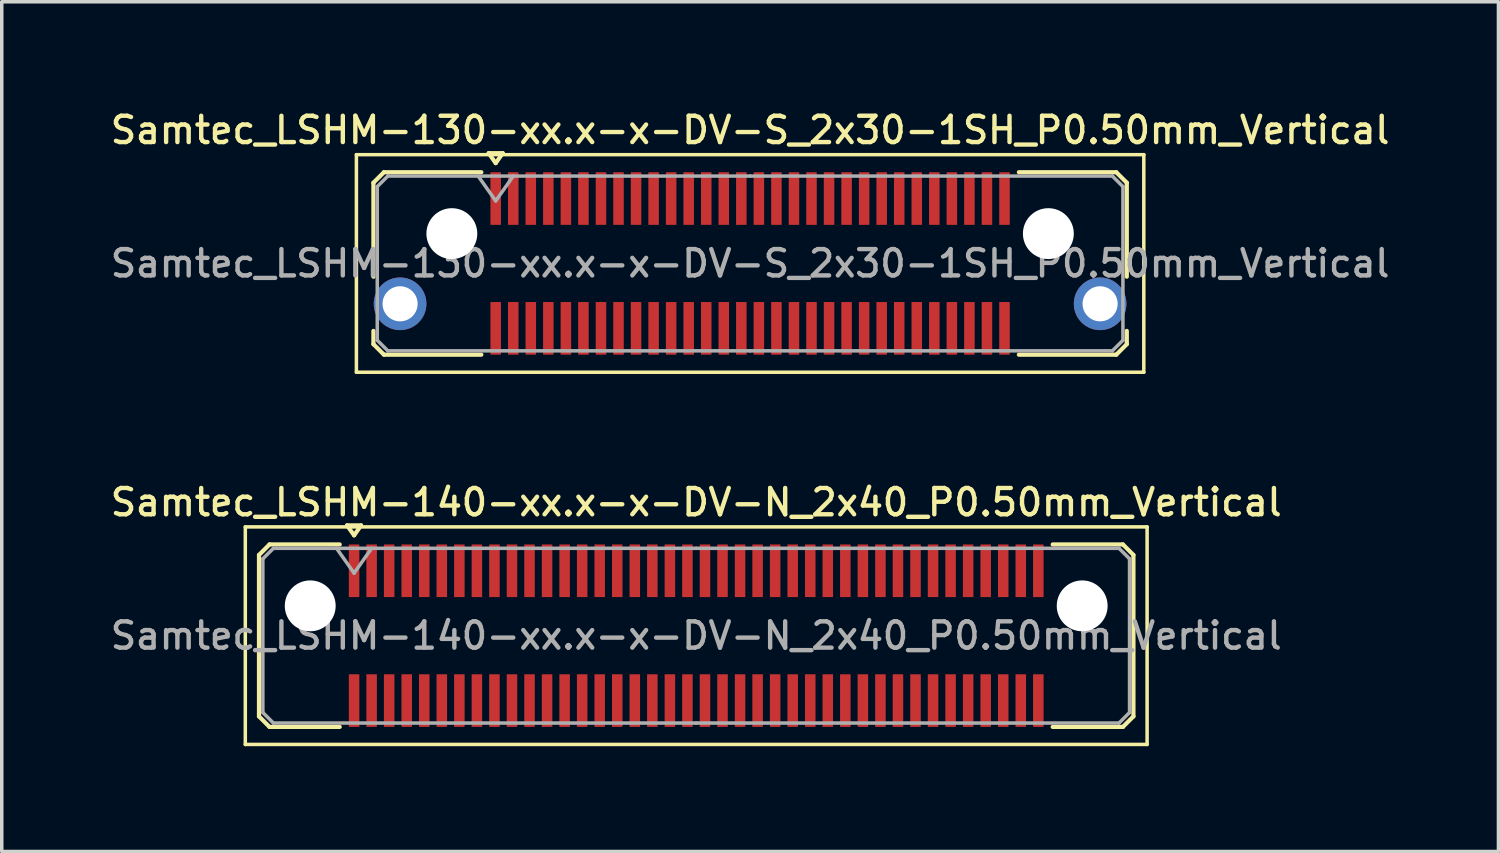
<source format=kicad_pcb>
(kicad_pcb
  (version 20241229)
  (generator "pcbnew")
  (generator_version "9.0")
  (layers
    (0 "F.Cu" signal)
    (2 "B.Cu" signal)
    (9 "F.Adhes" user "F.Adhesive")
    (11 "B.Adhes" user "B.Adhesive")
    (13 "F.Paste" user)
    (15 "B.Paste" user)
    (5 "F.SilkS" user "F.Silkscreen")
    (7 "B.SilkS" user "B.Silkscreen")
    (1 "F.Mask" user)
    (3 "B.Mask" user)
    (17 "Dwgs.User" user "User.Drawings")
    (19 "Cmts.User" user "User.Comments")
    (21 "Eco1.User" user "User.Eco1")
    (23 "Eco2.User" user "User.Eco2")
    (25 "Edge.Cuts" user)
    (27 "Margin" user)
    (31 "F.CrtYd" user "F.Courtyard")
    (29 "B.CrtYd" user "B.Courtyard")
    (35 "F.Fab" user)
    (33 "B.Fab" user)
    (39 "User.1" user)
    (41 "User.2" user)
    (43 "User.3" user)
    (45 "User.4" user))
  (footprint "Samtec_LSHM-130-xx.x-x-DV-S_2x30-1SH_P0.50mm_Vertical"
    (layer "F.Cu")
    (at 18.327 4.458)
    (property "Reference" "Samtec_LSHM-130-xx.x-x-DV-S_2x30-1SH_P0.50mm_Vertical" (at 0 -3.8 0) (layer "F.SilkS") (effects (font (size 0.75 0.75) (thickness 0.125))))
    (attr smd)
    (fp_line (start -11.22 -3.1) (end -11.22 3.1) (stroke (width 0.1) (type solid)) (layer "F.SilkS"))
    (fp_line (start -11.22 3.1) (end 11.22 3.1) (stroke (width 0.1) (type solid)) (layer "F.SilkS"))
    (fp_line (start -10.735 -2.3) (end -10.735 0.377) (stroke (width 0.12) (type solid)) (layer "F.SilkS"))
    (fp_line (start -10.735 1.923) (end -10.735 2.3) (stroke (width 0.12) (type solid)) (layer "F.SilkS"))
    (fp_line (start -10.735 2.3) (end -10.435 2.6) (stroke (width 0.12) (type solid)) (layer "F.SilkS"))
    (fp_line (start -10.435 -2.6) (end -10.735 -2.3) (stroke (width 0.12) (type solid)) (layer "F.SilkS"))
    (fp_line (start -10.435 2.6) (end -7.66 2.6) (stroke (width 0.12) (type solid)) (layer "F.SilkS"))
    (fp_line (start -7.66 -2.6) (end -10.435 -2.6) (stroke (width 0.12) (type solid)) (layer "F.SilkS"))
    (fp_line (start -7.45 -3.143) (end -7.05 -3.143) (stroke (width 0.12) (type solid)) (layer "F.SilkS"))
    (fp_line (start -7.25 -2.86) (end -7.45 -3.143) (stroke (width 0.12) (type solid)) (layer "F.SilkS"))
    (fp_line (start -7.05 -3.143) (end -7.25 -2.86) (stroke (width 0.12) (type solid)) (layer "F.SilkS"))
    (fp_line (start 7.66 -2.6) (end 10.435 -2.6) (stroke (width 0.12) (type solid)) (layer "F.SilkS"))
    (fp_line (start 10.435 -2.6) (end 10.735 -2.3) (stroke (width 0.12) (type solid)) (layer "F.SilkS"))
    (fp_line (start 10.435 2.6) (end 7.66 2.6) (stroke (width 0.12) (type solid)) (layer "F.SilkS"))
    (fp_line (start 10.735 -2.3) (end 10.735 0.377) (stroke (width 0.12) (type solid)) (layer "F.SilkS"))
    (fp_line (start 10.735 1.923) (end 10.735 2.3) (stroke (width 0.12) (type solid)) (layer "F.SilkS"))
    (fp_line (start 10.735 2.3) (end 10.435 2.6) (stroke (width 0.12) (type solid)) (layer "F.SilkS"))
    (fp_line (start 11.22 -3.1) (end -11.22 -3.1) (stroke (width 0.1) (type solid)) (layer "F.SilkS"))
    (fp_line (start 11.22 3.1) (end 11.22 -3.1) (stroke (width 0.1) (type solid)) (layer "F.SilkS"))
    (fp_line (start -10.625 -2.19) (end -10.625 2.19) (stroke (width 0.1) (type solid)) (layer "F.Fab"))
    (fp_line (start -10.625 2.19) (end -10.325 2.49) (stroke (width 0.1) (type solid)) (layer "F.Fab"))
    (fp_line (start -10.325 -2.49) (end -10.625 -2.19) (stroke (width 0.1) (type solid)) (layer "F.Fab"))
    (fp_line (start -10.325 2.49) (end 0 2.49) (stroke (width 0.1) (type solid)) (layer "F.Fab"))
    (fp_line (start -7.75 -2.49) (end -7.25 -1.783) (stroke (width 0.1) (type solid)) (layer "F.Fab"))
    (fp_line (start -7.25 -1.783) (end -6.75 -2.49) (stroke (width 0.1) (type solid)) (layer "F.Fab"))
    (fp_line (start 0 -2.49) (end -10.325 -2.49) (stroke (width 0.1) (type solid)) (layer "F.Fab"))
    (fp_line (start 0 -2.49) (end 10.325 -2.49) (stroke (width 0.1) (type solid)) (layer "F.Fab"))
    (fp_line (start 10.325 -2.49) (end 10.625 -2.19) (stroke (width 0.1) (type solid)) (layer "F.Fab"))
    (fp_line (start 10.325 2.49) (end 0 2.49) (stroke (width 0.1) (type solid)) (layer "F.Fab"))
    (fp_line (start 10.625 -2.19) (end 10.625 2.19) (stroke (width 0.1) (type solid)) (layer "F.Fab"))
    (fp_line (start 10.625 2.19) (end 10.325 2.49) (stroke (width 0.1) (type solid)) (layer "F.Fab"))
    (fp_text user "${REFERENCE}" (at 0 0 0) (layer "F.Fab") (effects (font (size 0.75 0.75) (thickness 0.125))))
    (pad "" np_thru_hole circle (at -8.5 -0.85) (size 1.45 1.45) (drill 1.45) (layers "*.Cu" "*.Mask"))
    (pad "" np_thru_hole circle (at 8.5 -0.85) (size 1.45 1.45) (drill 1.45) (layers "*.Cu" "*.Mask"))
    (pad "1" smd rect (at -7.25 -1.85) (size 0.3 1.5) (layers "F.Cu" "F.Mask" "F.Paste"))
    (pad "2" smd rect (at -7.25 1.85) (size 0.3 1.5) (layers "F.Cu" "F.Mask" "F.Paste"))
    (pad "3" smd rect (at -6.75 -1.85) (size 0.3 1.5) (layers "F.Cu" "F.Mask" "F.Paste"))
    (pad "4" smd rect (at -6.75 1.85) (size 0.3 1.5) (layers "F.Cu" "F.Mask" "F.Paste"))
    (pad "5" smd rect (at -6.25 -1.85) (size 0.3 1.5) (layers "F.Cu" "F.Mask" "F.Paste"))
    (pad "6" smd rect (at -6.25 1.85) (size 0.3 1.5) (layers "F.Cu" "F.Mask" "F.Paste"))
    (pad "7" smd rect (at -5.75 -1.85) (size 0.3 1.5) (layers "F.Cu" "F.Mask" "F.Paste"))
    (pad "8" smd rect (at -5.75 1.85) (size 0.3 1.5) (layers "F.Cu" "F.Mask" "F.Paste"))
    (pad "9" smd rect (at -5.25 -1.85) (size 0.3 1.5) (layers "F.Cu" "F.Mask" "F.Paste"))
    (pad "10" smd rect (at -5.25 1.85) (size 0.3 1.5) (layers "F.Cu" "F.Mask" "F.Paste"))
    (pad "11" smd rect (at -4.75 -1.85) (size 0.3 1.5) (layers "F.Cu" "F.Mask" "F.Paste"))
    (pad "12" smd rect (at -4.75 1.85) (size 0.3 1.5) (layers "F.Cu" "F.Mask" "F.Paste"))
    (pad "13" smd rect (at -4.25 -1.85) (size 0.3 1.5) (layers "F.Cu" "F.Mask" "F.Paste"))
    (pad "14" smd rect (at -4.25 1.85) (size 0.3 1.5) (layers "F.Cu" "F.Mask" "F.Paste"))
    (pad "15" smd rect (at -3.75 -1.85) (size 0.3 1.5) (layers "F.Cu" "F.Mask" "F.Paste"))
    (pad "16" smd rect (at -3.75 1.85) (size 0.3 1.5) (layers "F.Cu" "F.Mask" "F.Paste"))
    (pad "17" smd rect (at -3.25 -1.85) (size 0.3 1.5) (layers "F.Cu" "F.Mask" "F.Paste"))
    (pad "18" smd rect (at -3.25 1.85) (size 0.3 1.5) (layers "F.Cu" "F.Mask" "F.Paste"))
    (pad "19" smd rect (at -2.75 -1.85) (size 0.3 1.5) (layers "F.Cu" "F.Mask" "F.Paste"))
    (pad "20" smd rect (at -2.75 1.85) (size 0.3 1.5) (layers "F.Cu" "F.Mask" "F.Paste"))
    (pad "21" smd rect (at -2.25 -1.85) (size 0.3 1.5) (layers "F.Cu" "F.Mask" "F.Paste"))
    (pad "22" smd rect (at -2.25 1.85) (size 0.3 1.5) (layers "F.Cu" "F.Mask" "F.Paste"))
    (pad "23" smd rect (at -1.75 -1.85) (size 0.3 1.5) (layers "F.Cu" "F.Mask" "F.Paste"))
    (pad "24" smd rect (at -1.75 1.85) (size 0.3 1.5) (layers "F.Cu" "F.Mask" "F.Paste"))
    (pad "25" smd rect (at -1.25 -1.85) (size 0.3 1.5) (layers "F.Cu" "F.Mask" "F.Paste"))
    (pad "26" smd rect (at -1.25 1.85) (size 0.3 1.5) (layers "F.Cu" "F.Mask" "F.Paste"))
    (pad "27" smd rect (at -0.75 -1.85) (size 0.3 1.5) (layers "F.Cu" "F.Mask" "F.Paste"))
    (pad "28" smd rect (at -0.75 1.85) (size 0.3 1.5) (layers "F.Cu" "F.Mask" "F.Paste"))
    (pad "29" smd rect (at -0.25 -1.85) (size 0.3 1.5) (layers "F.Cu" "F.Mask" "F.Paste"))
    (pad "30" smd rect (at -0.25 1.85) (size 0.3 1.5) (layers "F.Cu" "F.Mask" "F.Paste"))
    (pad "31" smd rect (at 0.25 -1.85) (size 0.3 1.5) (layers "F.Cu" "F.Mask" "F.Paste"))
    (pad "32" smd rect (at 0.25 1.85) (size 0.3 1.5) (layers "F.Cu" "F.Mask" "F.Paste"))
    (pad "33" smd rect (at 0.75 -1.85) (size 0.3 1.5) (layers "F.Cu" "F.Mask" "F.Paste"))
    (pad "34" smd rect (at 0.75 1.85) (size 0.3 1.5) (layers "F.Cu" "F.Mask" "F.Paste"))
    (pad "35" smd rect (at 1.25 -1.85) (size 0.3 1.5) (layers "F.Cu" "F.Mask" "F.Paste"))
    (pad "36" smd rect (at 1.25 1.85) (size 0.3 1.5) (layers "F.Cu" "F.Mask" "F.Paste"))
    (pad "37" smd rect (at 1.75 -1.85) (size 0.3 1.5) (layers "F.Cu" "F.Mask" "F.Paste"))
    (pad "38" smd rect (at 1.75 1.85) (size 0.3 1.5) (layers "F.Cu" "F.Mask" "F.Paste"))
    (pad "39" smd rect (at 2.25 -1.85) (size 0.3 1.5) (layers "F.Cu" "F.Mask" "F.Paste"))
    (pad "40" smd rect (at 2.25 1.85) (size 0.3 1.5) (layers "F.Cu" "F.Mask" "F.Paste"))
    (pad "41" smd rect (at 2.75 -1.85) (size 0.3 1.5) (layers "F.Cu" "F.Mask" "F.Paste"))
    (pad "42" smd rect (at 2.75 1.85) (size 0.3 1.5) (layers "F.Cu" "F.Mask" "F.Paste"))
    (pad "43" smd rect (at 3.25 -1.85) (size 0.3 1.5) (layers "F.Cu" "F.Mask" "F.Paste"))
    (pad "44" smd rect (at 3.25 1.85) (size 0.3 1.5) (layers "F.Cu" "F.Mask" "F.Paste"))
    (pad "45" smd rect (at 3.75 -1.85) (size 0.3 1.5) (layers "F.Cu" "F.Mask" "F.Paste"))
    (pad "46" smd rect (at 3.75 1.85) (size 0.3 1.5) (layers "F.Cu" "F.Mask" "F.Paste"))
    (pad "47" smd rect (at 4.25 -1.85) (size 0.3 1.5) (layers "F.Cu" "F.Mask" "F.Paste"))
    (pad "48" smd rect (at 4.25 1.85) (size 0.3 1.5) (layers "F.Cu" "F.Mask" "F.Paste"))
    (pad "49" smd rect (at 4.75 -1.85) (size 0.3 1.5) (layers "F.Cu" "F.Mask" "F.Paste"))
    (pad "50" smd rect (at 4.75 1.85) (size 0.3 1.5) (layers "F.Cu" "F.Mask" "F.Paste"))
    (pad "51" smd rect (at 5.25 -1.85) (size 0.3 1.5) (layers "F.Cu" "F.Mask" "F.Paste"))
    (pad "52" smd rect (at 5.25 1.85) (size 0.3 1.5) (layers "F.Cu" "F.Mask" "F.Paste"))
    (pad "53" smd rect (at 5.75 -1.85) (size 0.3 1.5) (layers "F.Cu" "F.Mask" "F.Paste"))
    (pad "54" smd rect (at 5.75 1.85) (size 0.3 1.5) (layers "F.Cu" "F.Mask" "F.Paste"))
    (pad "55" smd rect (at 6.25 -1.85) (size 0.3 1.5) (layers "F.Cu" "F.Mask" "F.Paste"))
    (pad "56" smd rect (at 6.25 1.85) (size 0.3 1.5) (layers "F.Cu" "F.Mask" "F.Paste"))
    (pad "57" smd rect (at 6.75 -1.85) (size 0.3 1.5) (layers "F.Cu" "F.Mask" "F.Paste"))
    (pad "58" smd rect (at 6.75 1.85) (size 0.3 1.5) (layers "F.Cu" "F.Mask" "F.Paste"))
    (pad "59" smd rect (at 7.25 -1.85) (size 0.3 1.5) (layers "F.Cu" "F.Mask" "F.Paste"))
    (pad "60" smd rect (at 7.25 1.85) (size 0.3 1.5) (layers "F.Cu" "F.Mask" "F.Paste"))
    (pad "SH" thru_hole circle (at -9.975 1.15) (size 1.5 1.5) (drill 1) (layers "*.Cu" "*.Mask"))
    (pad "SH" thru_hole circle (at 9.975 1.15) (size 1.5 1.5) (drill 1) (layers "*.Cu" "*.Mask")))
  (footprint "Samtec_LSHM-140-xx.x-x-DV-N_2x40_P0.50mm_Vertical"
    (layer "F.Cu")
    (at 16.791 15.066)
    (property "Reference" "Samtec_LSHM-140-xx.x-x-DV-N_2x40_P0.50mm_Vertical" (at 0 -3.8 0) (layer "F.SilkS") (effects (font (size 0.75 0.75) (thickness 0.125))))
    (attr smd)
    (fp_line (start -12.85 -3.1) (end -12.85 3.1) (stroke (width 0.1) (type solid)) (layer "F.SilkS"))
    (fp_line (start -12.85 3.1) (end 12.85 3.1) (stroke (width 0.1) (type solid)) (layer "F.SilkS"))
    (fp_line (start -12.46 -2.3) (end -12.46 2.3) (stroke (width 0.12) (type solid)) (layer "F.SilkS"))
    (fp_line (start -12.46 2.3) (end -12.16 2.6) (stroke (width 0.12) (type solid)) (layer "F.SilkS"))
    (fp_line (start -12.16 -2.6) (end -12.46 -2.3) (stroke (width 0.12) (type solid)) (layer "F.SilkS"))
    (fp_line (start -12.16 2.6) (end -10.16 2.6) (stroke (width 0.12) (type solid)) (layer "F.SilkS"))
    (fp_line (start -10.16 -2.6) (end -12.16 -2.6) (stroke (width 0.12) (type solid)) (layer "F.SilkS"))
    (fp_line (start -9.95 -3.143) (end -9.55 -3.143) (stroke (width 0.12) (type solid)) (layer "F.SilkS"))
    (fp_line (start -9.75 -2.86) (end -9.95 -3.143) (stroke (width 0.12) (type solid)) (layer "F.SilkS"))
    (fp_line (start -9.55 -3.143) (end -9.75 -2.86) (stroke (width 0.12) (type solid)) (layer "F.SilkS"))
    (fp_line (start 10.16 -2.6) (end 12.16 -2.6) (stroke (width 0.12) (type solid)) (layer "F.SilkS"))
    (fp_line (start 12.16 -2.6) (end 12.46 -2.3) (stroke (width 0.12) (type solid)) (layer "F.SilkS"))
    (fp_line (start 12.16 2.6) (end 10.16 2.6) (stroke (width 0.12) (type solid)) (layer "F.SilkS"))
    (fp_line (start 12.46 -2.3) (end 12.46 2.3) (stroke (width 0.12) (type solid)) (layer "F.SilkS"))
    (fp_line (start 12.46 2.3) (end 12.16 2.6) (stroke (width 0.12) (type solid)) (layer "F.SilkS"))
    (fp_line (start 12.85 -3.1) (end -12.85 -3.1) (stroke (width 0.1) (type solid)) (layer "F.SilkS"))
    (fp_line (start 12.85 3.1) (end 12.85 -3.1) (stroke (width 0.1) (type solid)) (layer "F.SilkS"))
    (fp_line (start -12.35 -2.19) (end -12.35 2.19) (stroke (width 0.1) (type solid)) (layer "F.Fab"))
    (fp_line (start -12.35 2.19) (end -12.05 2.49) (stroke (width 0.1) (type solid)) (layer "F.Fab"))
    (fp_line (start -12.05 -2.49) (end -12.35 -2.19) (stroke (width 0.1) (type solid)) (layer "F.Fab"))
    (fp_line (start -12.05 2.49) (end 0 2.49) (stroke (width 0.1) (type solid)) (layer "F.Fab"))
    (fp_line (start -10.25 -2.49) (end -9.75 -1.783) (stroke (width 0.1) (type solid)) (layer "F.Fab"))
    (fp_line (start -9.75 -1.783) (end -9.25 -2.49) (stroke (width 0.1) (type solid)) (layer "F.Fab"))
    (fp_line (start 0 -2.49) (end -12.05 -2.49) (stroke (width 0.1) (type solid)) (layer "F.Fab"))
    (fp_line (start 0 -2.49) (end 12.05 -2.49) (stroke (width 0.1) (type solid)) (layer "F.Fab"))
    (fp_line (start 12.05 -2.49) (end 12.35 -2.19) (stroke (width 0.1) (type solid)) (layer "F.Fab"))
    (fp_line (start 12.05 2.49) (end 0 2.49) (stroke (width 0.1) (type solid)) (layer "F.Fab"))
    (fp_line (start 12.35 -2.19) (end 12.35 2.19) (stroke (width 0.1) (type solid)) (layer "F.Fab"))
    (fp_line (start 12.35 2.19) (end 12.05 2.49) (stroke (width 0.1) (type solid)) (layer "F.Fab"))
    (fp_text user "${REFERENCE}" (at 0 0 0) (layer "F.Fab") (effects (font (size 0.75 0.75) (thickness 0.125))))
    (pad "" np_thru_hole circle (at -11 -0.85) (size 1.45 1.45) (drill 1.45) (layers "*.Cu" "*.Mask"))
    (pad "" np_thru_hole circle (at 11 -0.85) (size 1.45 1.45) (drill 1.45) (layers "*.Cu" "*.Mask"))
    (pad "1" smd rect (at -9.75 -1.85) (size 0.3 1.5) (layers "F.Cu" "F.Mask" "F.Paste"))
    (pad "2" smd rect (at -9.75 1.85) (size 0.3 1.5) (layers "F.Cu" "F.Mask" "F.Paste"))
    (pad "3" smd rect (at -9.25 -1.85) (size 0.3 1.5) (layers "F.Cu" "F.Mask" "F.Paste"))
    (pad "4" smd rect (at -9.25 1.85) (size 0.3 1.5) (layers "F.Cu" "F.Mask" "F.Paste"))
    (pad "5" smd rect (at -8.75 -1.85) (size 0.3 1.5) (layers "F.Cu" "F.Mask" "F.Paste"))
    (pad "6" smd rect (at -8.75 1.85) (size 0.3 1.5) (layers "F.Cu" "F.Mask" "F.Paste"))
    (pad "7" smd rect (at -8.25 -1.85) (size 0.3 1.5) (layers "F.Cu" "F.Mask" "F.Paste"))
    (pad "8" smd rect (at -8.25 1.85) (size 0.3 1.5) (layers "F.Cu" "F.Mask" "F.Paste"))
    (pad "9" smd rect (at -7.75 -1.85) (size 0.3 1.5) (layers "F.Cu" "F.Mask" "F.Paste"))
    (pad "10" smd rect (at -7.75 1.85) (size 0.3 1.5) (layers "F.Cu" "F.Mask" "F.Paste"))
    (pad "11" smd rect (at -7.25 -1.85) (size 0.3 1.5) (layers "F.Cu" "F.Mask" "F.Paste"))
    (pad "12" smd rect (at -7.25 1.85) (size 0.3 1.5) (layers "F.Cu" "F.Mask" "F.Paste"))
    (pad "13" smd rect (at -6.75 -1.85) (size 0.3 1.5) (layers "F.Cu" "F.Mask" "F.Paste"))
    (pad "14" smd rect (at -6.75 1.85) (size 0.3 1.5) (layers "F.Cu" "F.Mask" "F.Paste"))
    (pad "15" smd rect (at -6.25 -1.85) (size 0.3 1.5) (layers "F.Cu" "F.Mask" "F.Paste"))
    (pad "16" smd rect (at -6.25 1.85) (size 0.3 1.5) (layers "F.Cu" "F.Mask" "F.Paste"))
    (pad "17" smd rect (at -5.75 -1.85) (size 0.3 1.5) (layers "F.Cu" "F.Mask" "F.Paste"))
    (pad "18" smd rect (at -5.75 1.85) (size 0.3 1.5) (layers "F.Cu" "F.Mask" "F.Paste"))
    (pad "19" smd rect (at -5.25 -1.85) (size 0.3 1.5) (layers "F.Cu" "F.Mask" "F.Paste"))
    (pad "20" smd rect (at -5.25 1.85) (size 0.3 1.5) (layers "F.Cu" "F.Mask" "F.Paste"))
    (pad "21" smd rect (at -4.75 -1.85) (size 0.3 1.5) (layers "F.Cu" "F.Mask" "F.Paste"))
    (pad "22" smd rect (at -4.75 1.85) (size 0.3 1.5) (layers "F.Cu" "F.Mask" "F.Paste"))
    (pad "23" smd rect (at -4.25 -1.85) (size 0.3 1.5) (layers "F.Cu" "F.Mask" "F.Paste"))
    (pad "24" smd rect (at -4.25 1.85) (size 0.3 1.5) (layers "F.Cu" "F.Mask" "F.Paste"))
    (pad "25" smd rect (at -3.75 -1.85) (size 0.3 1.5) (layers "F.Cu" "F.Mask" "F.Paste"))
    (pad "26" smd rect (at -3.75 1.85) (size 0.3 1.5) (layers "F.Cu" "F.Mask" "F.Paste"))
    (pad "27" smd rect (at -3.25 -1.85) (size 0.3 1.5) (layers "F.Cu" "F.Mask" "F.Paste"))
    (pad "28" smd rect (at -3.25 1.85) (size 0.3 1.5) (layers "F.Cu" "F.Mask" "F.Paste"))
    (pad "29" smd rect (at -2.75 -1.85) (size 0.3 1.5) (layers "F.Cu" "F.Mask" "F.Paste"))
    (pad "30" smd rect (at -2.75 1.85) (size 0.3 1.5) (layers "F.Cu" "F.Mask" "F.Paste"))
    (pad "31" smd rect (at -2.25 -1.85) (size 0.3 1.5) (layers "F.Cu" "F.Mask" "F.Paste"))
    (pad "32" smd rect (at -2.25 1.85) (size 0.3 1.5) (layers "F.Cu" "F.Mask" "F.Paste"))
    (pad "33" smd rect (at -1.75 -1.85) (size 0.3 1.5) (layers "F.Cu" "F.Mask" "F.Paste"))
    (pad "34" smd rect (at -1.75 1.85) (size 0.3 1.5) (layers "F.Cu" "F.Mask" "F.Paste"))
    (pad "35" smd rect (at -1.25 -1.85) (size 0.3 1.5) (layers "F.Cu" "F.Mask" "F.Paste"))
    (pad "36" smd rect (at -1.25 1.85) (size 0.3 1.5) (layers "F.Cu" "F.Mask" "F.Paste"))
    (pad "37" smd rect (at -0.75 -1.85) (size 0.3 1.5) (layers "F.Cu" "F.Mask" "F.Paste"))
    (pad "38" smd rect (at -0.75 1.85) (size 0.3 1.5) (layers "F.Cu" "F.Mask" "F.Paste"))
    (pad "39" smd rect (at -0.25 -1.85) (size 0.3 1.5) (layers "F.Cu" "F.Mask" "F.Paste"))
    (pad "40" smd rect (at -0.25 1.85) (size 0.3 1.5) (layers "F.Cu" "F.Mask" "F.Paste"))
    (pad "41" smd rect (at 0.25 -1.85) (size 0.3 1.5) (layers "F.Cu" "F.Mask" "F.Paste"))
    (pad "42" smd rect (at 0.25 1.85) (size 0.3 1.5) (layers "F.Cu" "F.Mask" "F.Paste"))
    (pad "43" smd rect (at 0.75 -1.85) (size 0.3 1.5) (layers "F.Cu" "F.Mask" "F.Paste"))
    (pad "44" smd rect (at 0.75 1.85) (size 0.3 1.5) (layers "F.Cu" "F.Mask" "F.Paste"))
    (pad "45" smd rect (at 1.25 -1.85) (size 0.3 1.5) (layers "F.Cu" "F.Mask" "F.Paste"))
    (pad "46" smd rect (at 1.25 1.85) (size 0.3 1.5) (layers "F.Cu" "F.Mask" "F.Paste"))
    (pad "47" smd rect (at 1.75 -1.85) (size 0.3 1.5) (layers "F.Cu" "F.Mask" "F.Paste"))
    (pad "48" smd rect (at 1.75 1.85) (size 0.3 1.5) (layers "F.Cu" "F.Mask" "F.Paste"))
    (pad "49" smd rect (at 2.25 -1.85) (size 0.3 1.5) (layers "F.Cu" "F.Mask" "F.Paste"))
    (pad "50" smd rect (at 2.25 1.85) (size 0.3 1.5) (layers "F.Cu" "F.Mask" "F.Paste"))
    (pad "51" smd rect (at 2.75 -1.85) (size 0.3 1.5) (layers "F.Cu" "F.Mask" "F.Paste"))
    (pad "52" smd rect (at 2.75 1.85) (size 0.3 1.5) (layers "F.Cu" "F.Mask" "F.Paste"))
    (pad "53" smd rect (at 3.25 -1.85) (size 0.3 1.5) (layers "F.Cu" "F.Mask" "F.Paste"))
    (pad "54" smd rect (at 3.25 1.85) (size 0.3 1.5) (layers "F.Cu" "F.Mask" "F.Paste"))
    (pad "55" smd rect (at 3.75 -1.85) (size 0.3 1.5) (layers "F.Cu" "F.Mask" "F.Paste"))
    (pad "56" smd rect (at 3.75 1.85) (size 0.3 1.5) (layers "F.Cu" "F.Mask" "F.Paste"))
    (pad "57" smd rect (at 4.25 -1.85) (size 0.3 1.5) (layers "F.Cu" "F.Mask" "F.Paste"))
    (pad "58" smd rect (at 4.25 1.85) (size 0.3 1.5) (layers "F.Cu" "F.Mask" "F.Paste"))
    (pad "59" smd rect (at 4.75 -1.85) (size 0.3 1.5) (layers "F.Cu" "F.Mask" "F.Paste"))
    (pad "60" smd rect (at 4.75 1.85) (size 0.3 1.5) (layers "F.Cu" "F.Mask" "F.Paste"))
    (pad "61" smd rect (at 5.25 -1.85) (size 0.3 1.5) (layers "F.Cu" "F.Mask" "F.Paste"))
    (pad "62" smd rect (at 5.25 1.85) (size 0.3 1.5) (layers "F.Cu" "F.Mask" "F.Paste"))
    (pad "63" smd rect (at 5.75 -1.85) (size 0.3 1.5) (layers "F.Cu" "F.Mask" "F.Paste"))
    (pad "64" smd rect (at 5.75 1.85) (size 0.3 1.5) (layers "F.Cu" "F.Mask" "F.Paste"))
    (pad "65" smd rect (at 6.25 -1.85) (size 0.3 1.5) (layers "F.Cu" "F.Mask" "F.Paste"))
    (pad "66" smd rect (at 6.25 1.85) (size 0.3 1.5) (layers "F.Cu" "F.Mask" "F.Paste"))
    (pad "67" smd rect (at 6.75 -1.85) (size 0.3 1.5) (layers "F.Cu" "F.Mask" "F.Paste"))
    (pad "68" smd rect (at 6.75 1.85) (size 0.3 1.5) (layers "F.Cu" "F.Mask" "F.Paste"))
    (pad "69" smd rect (at 7.25 -1.85) (size 0.3 1.5) (layers "F.Cu" "F.Mask" "F.Paste"))
    (pad "70" smd rect (at 7.25 1.85) (size 0.3 1.5) (layers "F.Cu" "F.Mask" "F.Paste"))
    (pad "71" smd rect (at 7.75 -1.85) (size 0.3 1.5) (layers "F.Cu" "F.Mask" "F.Paste"))
    (pad "72" smd rect (at 7.75 1.85) (size 0.3 1.5) (layers "F.Cu" "F.Mask" "F.Paste"))
    (pad "73" smd rect (at 8.25 -1.85) (size 0.3 1.5) (layers "F.Cu" "F.Mask" "F.Paste"))
    (pad "74" smd rect (at 8.25 1.85) (size 0.3 1.5) (layers "F.Cu" "F.Mask" "F.Paste"))
    (pad "75" smd rect (at 8.75 -1.85) (size 0.3 1.5) (layers "F.Cu" "F.Mask" "F.Paste"))
    (pad "76" smd rect (at 8.75 1.85) (size 0.3 1.5) (layers "F.Cu" "F.Mask" "F.Paste"))
    (pad "77" smd rect (at 9.25 -1.85) (size 0.3 1.5) (layers "F.Cu" "F.Mask" "F.Paste"))
    (pad "78" smd rect (at 9.25 1.85) (size 0.3 1.5) (layers "F.Cu" "F.Mask" "F.Paste"))
    (pad "79" smd rect (at 9.75 -1.85) (size 0.3 1.5) (layers "F.Cu" "F.Mask" "F.Paste"))
    (pad "80" smd rect (at 9.75 1.85) (size 0.3 1.5) (layers "F.Cu" "F.Mask" "F.Paste")))
  (gr_rect
    (start -3 -3)
    (end 39.654 21.216)
    (stroke (width 0.1) (type default))
    (fill no)
    (layer "Edge.Cuts")))
</source>
